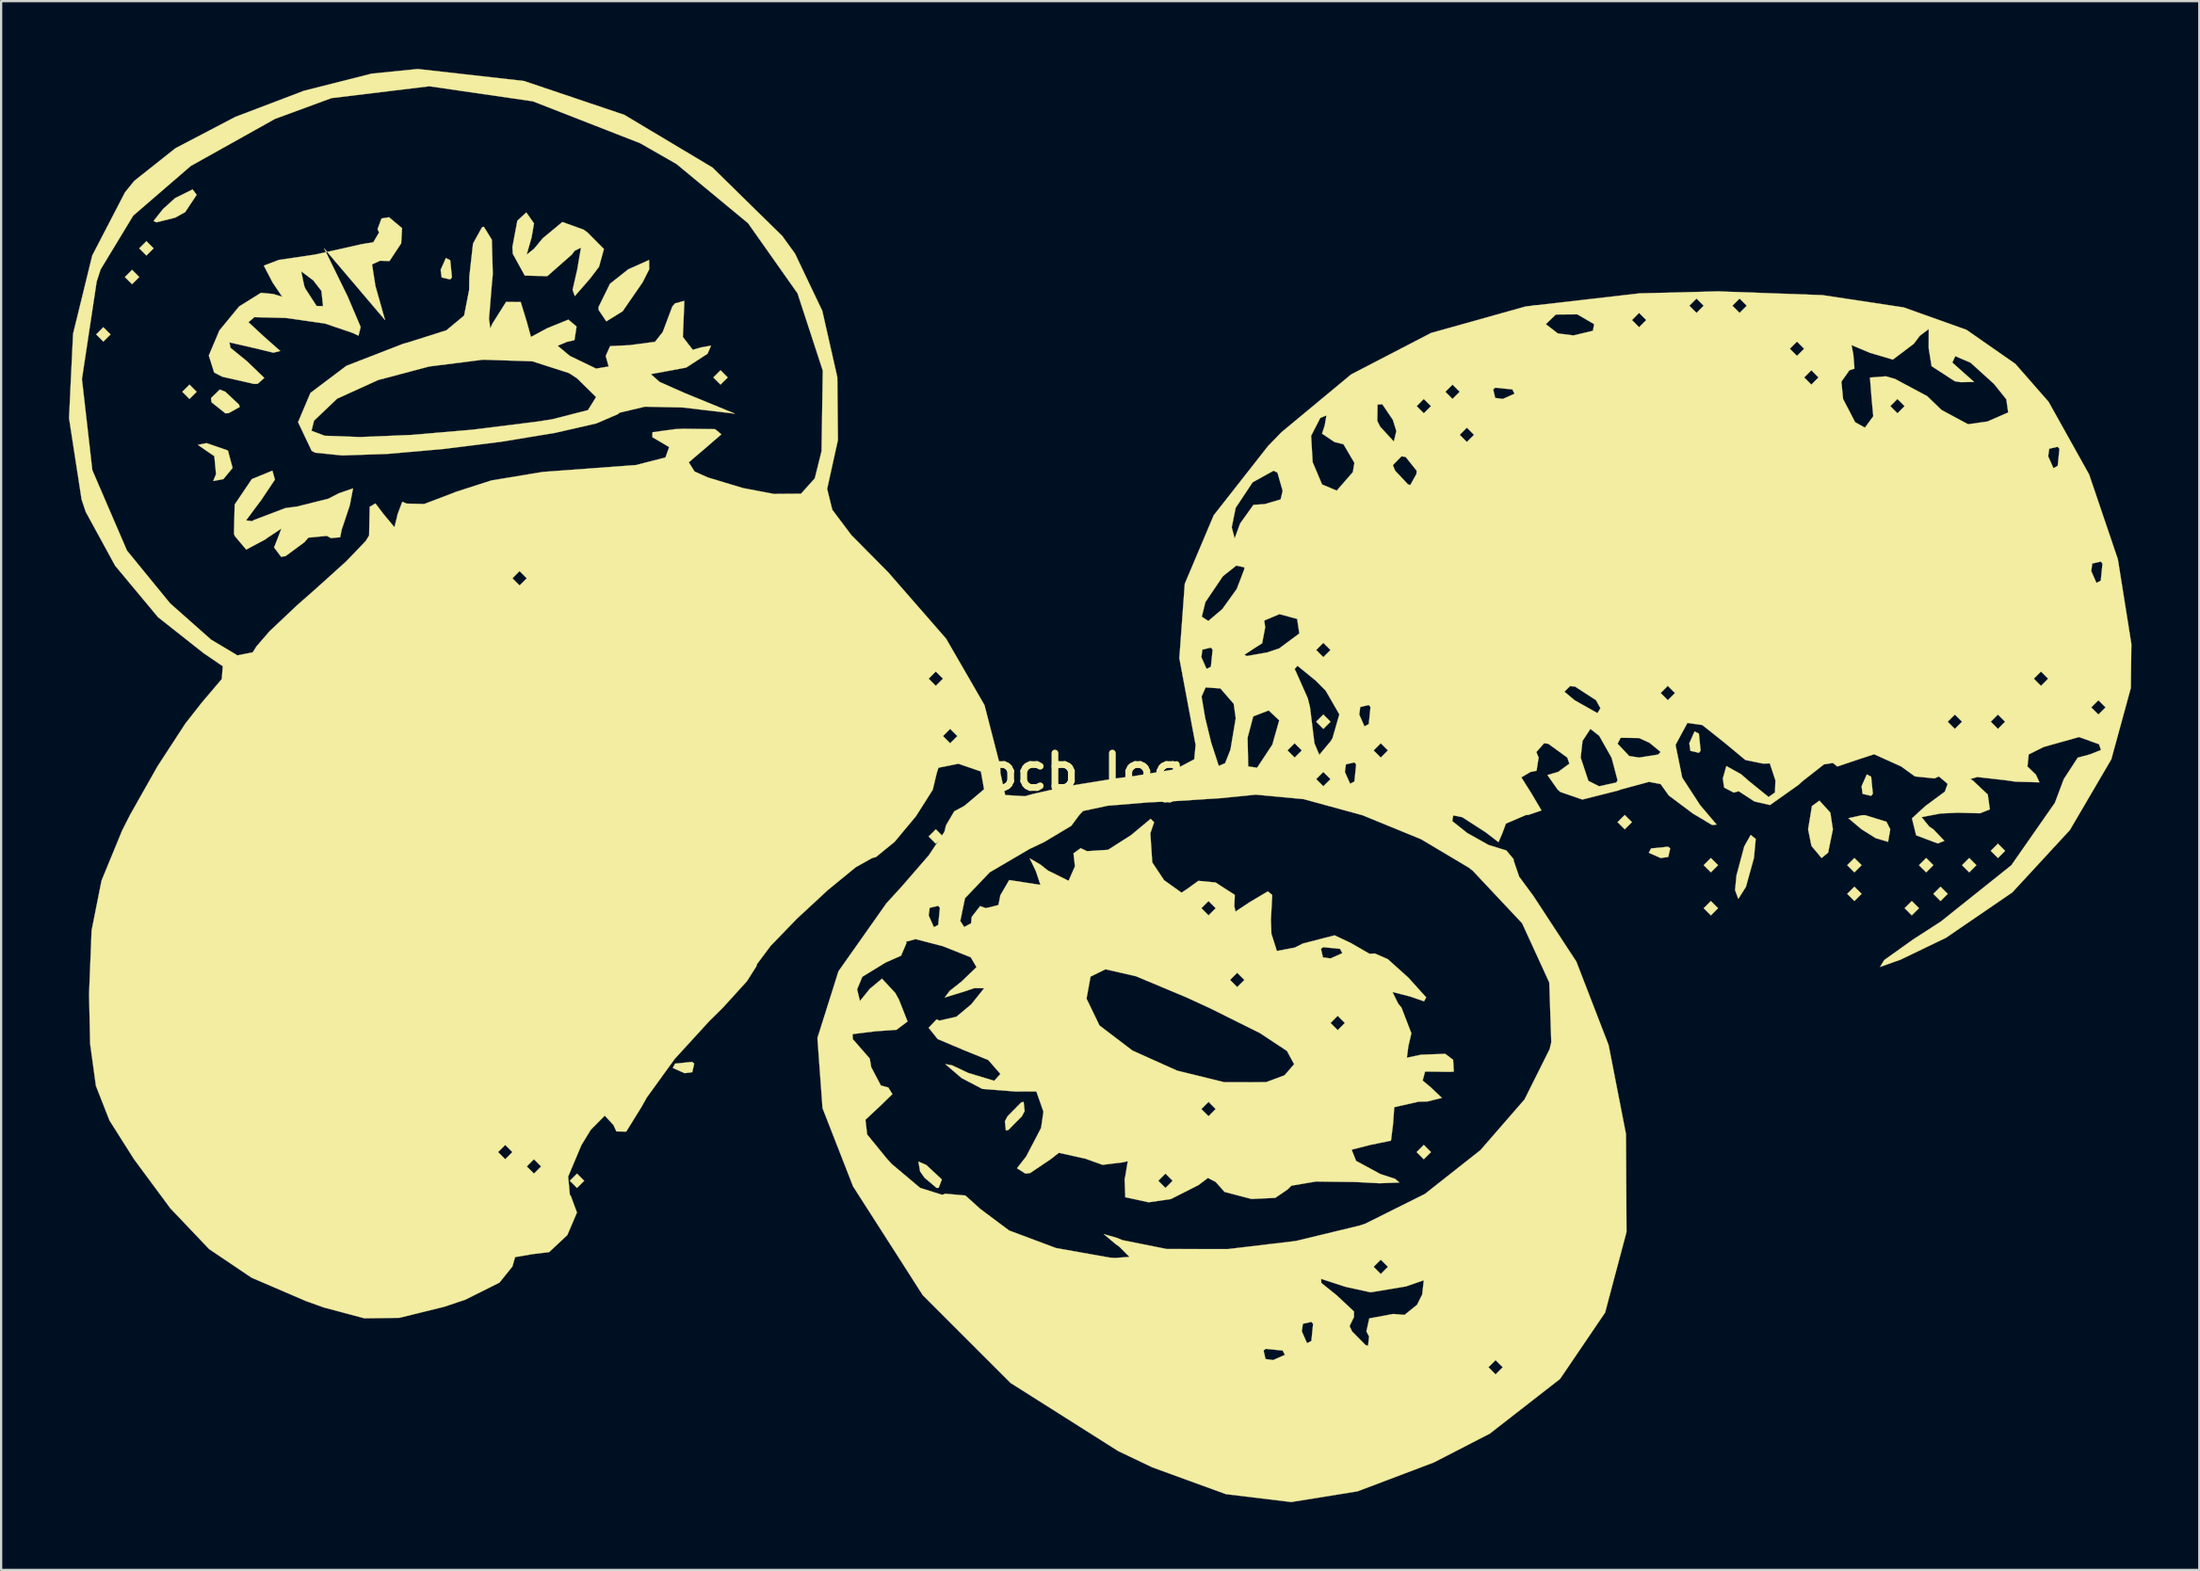
<source format=kicad_pcb>
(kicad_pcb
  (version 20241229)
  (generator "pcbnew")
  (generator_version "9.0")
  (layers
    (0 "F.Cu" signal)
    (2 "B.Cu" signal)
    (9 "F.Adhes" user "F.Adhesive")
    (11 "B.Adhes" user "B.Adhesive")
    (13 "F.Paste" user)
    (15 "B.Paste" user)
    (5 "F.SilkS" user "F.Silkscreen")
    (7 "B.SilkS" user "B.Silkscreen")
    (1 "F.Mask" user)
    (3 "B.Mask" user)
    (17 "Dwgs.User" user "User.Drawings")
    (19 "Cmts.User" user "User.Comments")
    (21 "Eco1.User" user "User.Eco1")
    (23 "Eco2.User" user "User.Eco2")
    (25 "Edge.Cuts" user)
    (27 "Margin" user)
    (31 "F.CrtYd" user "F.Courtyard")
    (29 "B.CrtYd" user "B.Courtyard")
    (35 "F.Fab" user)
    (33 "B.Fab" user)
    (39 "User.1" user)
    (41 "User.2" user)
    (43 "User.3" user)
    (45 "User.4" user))
  (footprint "pcb_logo"
    (layer "F.Cu")
    (at 45.655 31.12)
    (property "Reference" "pcb_logo" (at 0 0 0) (layer "F.SilkS") (effects (font (size 1.524 1.524) (thickness 0.3))))
    (attr through_hole)
    (fp_poly (pts (xy -34.232 -23.019) (xy -34.284 -23.008) (xy -34.366 -23.177) (xy -34.232 -23.019)) (stroke (width 0.01) (type solid)) (fill yes) (layer "F.SilkS"))
    (fp_poly (pts (xy -43.815 -19.367) (xy -44.133 -19.05) (xy -44.45 -19.367) (xy -44.133 -19.685) (xy -43.815 -19.367)) (stroke (width 0.01) (type solid)) (fill yes) (layer "F.SilkS"))
    (fp_poly (pts (xy -42.545 -21.907) (xy -42.862 -21.59) (xy -43.18 -21.907) (xy -42.862 -22.225) (xy -42.545 -21.907)) (stroke (width 0.01) (type solid)) (fill yes) (layer "F.SilkS"))
    (fp_poly (pts (xy -41.91 -23.177) (xy -42.227 -22.86) (xy -42.545 -23.177) (xy -42.227 -23.495) (xy -41.91 -23.177)) (stroke (width 0.01) (type solid)) (fill yes) (layer "F.SilkS"))
    (fp_poly (pts (xy -40.005 -16.828) (xy -40.322 -16.51) (xy -40.64 -16.828) (xy -40.322 -17.145) (xy -40.005 -16.828)) (stroke (width 0.01) (type solid)) (fill yes) (layer "F.SilkS"))
    (fp_poly (pts (xy -22.86 18.098) (xy -23.177 18.415) (xy -23.495 18.098) (xy -23.177 17.78) (xy -22.86 18.098)) (stroke (width 0.01) (type solid)) (fill yes) (layer "F.SilkS"))
    (fp_poly (pts (xy -16.51 -17.462) (xy -16.828 -17.145) (xy -17.145 -17.462) (xy -16.828 -17.78) (xy -16.51 -17.462)) (stroke (width 0.01) (type solid)) (fill yes) (layer "F.SilkS"))
    (fp_poly (pts (xy -6.985 2.857) (xy -7.303 3.175) (xy -7.62 2.857) (xy -7.303 2.54) (xy -6.985 2.857)) (stroke (width 0.01) (type solid)) (fill yes) (layer "F.SilkS"))
    (fp_poly (pts (xy 10.16 -2.223) (xy 9.842 -1.905) (xy 9.525 -2.223) (xy 9.842 -2.54) (xy 10.16 -2.223)) (stroke (width 0.01) (type solid)) (fill yes) (layer "F.SilkS"))
    (fp_poly (pts (xy 14.605 16.828) (xy 14.287 17.145) (xy 13.97 16.828) (xy 14.287 16.51) (xy 14.605 16.828)) (stroke (width 0.01) (type solid)) (fill yes) (layer "F.SilkS"))
    (fp_poly (pts (xy 23.495 2.223) (xy 23.177 2.54) (xy 22.86 2.223) (xy 23.177 1.905) (xy 23.495 2.223)) (stroke (width 0.01) (type solid)) (fill yes) (layer "F.SilkS"))
    (fp_poly (pts (xy 27.305 4.128) (xy 26.988 4.445) (xy 26.67 4.128) (xy 26.988 3.81) (xy 27.305 4.128)) (stroke (width 0.01) (type solid)) (fill yes) (layer "F.SilkS"))
    (fp_poly (pts (xy 27.305 6.032) (xy 26.988 6.35) (xy 26.67 6.032) (xy 26.988 5.715) (xy 27.305 6.032)) (stroke (width 0.01) (type solid)) (fill yes) (layer "F.SilkS"))
    (fp_poly (pts (xy 33.655 4.128) (xy 33.337 4.445) (xy 33.02 4.128) (xy 33.337 3.81) (xy 33.655 4.128)) (stroke (width 0.01) (type solid)) (fill yes) (layer "F.SilkS"))
    (fp_poly (pts (xy 33.655 5.397) (xy 33.337 5.715) (xy 33.02 5.397) (xy 33.337 5.08) (xy 33.655 5.397)) (stroke (width 0.01) (type solid)) (fill yes) (layer "F.SilkS"))
    (fp_poly (pts (xy 36.195 6.032) (xy 35.877 6.35) (xy 35.56 6.032) (xy 35.877 5.715) (xy 36.195 6.032)) (stroke (width 0.01) (type solid)) (fill yes) (layer "F.SilkS"))
    (fp_poly (pts (xy 36.83 4.128) (xy 36.513 4.445) (xy 36.195 4.128) (xy 36.513 3.81) (xy 36.83 4.128)) (stroke (width 0.01) (type solid)) (fill yes) (layer "F.SilkS"))
    (fp_poly (pts (xy 37.465 5.397) (xy 37.148 5.715) (xy 36.83 5.397) (xy 37.148 5.08) (xy 37.465 5.397)) (stroke (width 0.01) (type solid)) (fill yes) (layer "F.SilkS"))
    (fp_poly (pts (xy 38.735 4.128) (xy 38.417 4.445) (xy 38.1 4.128) (xy 38.417 3.81) (xy 38.735 4.128)) (stroke (width 0.01) (type solid)) (fill yes) (layer "F.SilkS"))
    (fp_poly (pts (xy 40.005 3.493) (xy 39.688 3.81) (xy 39.37 3.493) (xy 39.688 3.175) (xy 40.005 3.493)) (stroke (width 0.01) (type solid)) (fill yes) (layer "F.SilkS"))
    (fp_poly (pts (xy -28.787 -22.648) (xy -28.711 -21.895) (xy -28.787 -21.802) (xy -29.164 -21.889) (xy -29.21 -22.225) (xy -28.978 -22.748) (xy -28.787 -22.648)) (stroke (width 0.01) (type solid)) (fill yes) (layer "F.SilkS"))
    (fp_poly (pts (xy -17.992 12.912) (xy -18.079 13.289) (xy -18.415 13.335) (xy -18.938 13.103) (xy -18.838 12.912) (xy -18.085 12.836) (xy -17.992 12.912)) (stroke (width 0.01) (type solid)) (fill yes) (layer "F.SilkS"))
    (fp_poly (pts (xy 25.188 3.387) (xy 25.101 3.764) (xy 24.765 3.81) (xy 24.242 3.578) (xy 24.342 3.387) (xy 25.095 3.311) (xy 25.188 3.387)) (stroke (width 0.01) (type solid)) (fill yes) (layer "F.SilkS"))
    (fp_poly (pts (xy 26.458 -1.693) (xy 26.534 -0.94) (xy 26.458 -0.847) (xy 26.081 -0.934) (xy 26.035 -1.27) (xy 26.267 -1.793) (xy 26.458 -1.693)) (stroke (width 0.01) (type solid)) (fill yes) (layer "F.SilkS"))
    (fp_poly (pts (xy 34.078 0.212) (xy 34.154 0.965) (xy 34.078 1.058) (xy 33.701 0.971) (xy 33.655 0.635) (xy 33.887 0.112) (xy 34.078 0.212)) (stroke (width 0.01) (type solid)) (fill yes) (layer "F.SilkS"))
    (fp_poly (pts (xy -7.718 17.402) (xy -7.036 18.041) (xy -7.176 18.409) (xy -7.265 18.415) (xy -7.802 17.964) (xy -7.998 17.682) (xy -8.073 17.247) (xy -7.718 17.402)) (stroke (width 0.01) (type solid)) (fill yes) (layer "F.SilkS"))
    (fp_poly (pts (xy -40.005 -25.546) (xy -40.512 -24.782) (xy -40.958 -24.535) (xy -41.784 -24.329) (xy -41.91 -24.39) (xy -41.49 -24.92) (xy -40.958 -25.4) (xy -40.184 -25.786) (xy -40.005 -25.546)) (stroke (width 0.01) (type solid)) (fill yes) (layer "F.SilkS"))
    (fp_poly (pts (xy -38.735 -16.828) (xy -38.129 -16.257) (xy -38.1 -16.155) (xy -38.591 -15.882) (xy -38.735 -15.875) (xy -39.346 -16.363) (xy -39.37 -16.547) (xy -38.981 -16.927) (xy -38.735 -16.828)) (stroke (width 0.01) (type solid)) (fill yes) (layer "F.SilkS"))
    (fp_poly (pts (xy -3.374 15.015) (xy -3.493 15.24) (xy -4.091 15.846) (xy -4.202 15.875) (xy -4.246 15.465) (xy -4.128 15.24) (xy -3.529 14.634) (xy -3.418 14.605) (xy -3.374 15.015)) (stroke (width 0.01) (type solid)) (fill yes) (layer "F.SilkS"))
    (fp_poly (pts (xy 28.971 2.969) (xy 28.892 3.81) (xy 28.538 5.087) (xy 28.202 5.619) (xy 28.058 5.232) (xy 28.121 4.582) (xy 28.466 3.293) (xy 28.75 2.788) (xy 28.971 2.969)) (stroke (width 0.01) (type solid)) (fill yes) (layer "F.SilkS"))
    (fp_poly (pts (xy 32.273 1.802) (xy 32.385 2.54) (xy 32.175 3.573) (xy 31.885 3.81) (xy 31.438 3.275) (xy 31.29 2.54) (xy 31.459 1.512) (xy 31.789 1.27) (xy 32.273 1.802)) (stroke (width 0.01) (type solid)) (fill yes) (layer "F.SilkS"))
    (fp_poly (pts (xy 34.756 2.206) (xy 34.925 2.54) (xy 34.827 3.094) (xy 34.278 2.93) (xy 33.655 2.54) (xy 33.071 2.048) (xy 33.671 1.917) (xy 33.814 1.915) (xy 34.756 2.206)) (stroke (width 0.01) (type solid)) (fill yes) (layer "F.SilkS"))
    (fp_poly (pts (xy -38.622 -14.228) (xy -38.415 -13.456) (xy -38.823 -12.963) (xy -39.272 -12.878) (xy -39.147 -13.183) (xy -39.222 -13.978) (xy -39.525 -14.183) (xy -39.948 -14.477) (xy -39.566 -14.555) (xy -38.622 -14.228)) (stroke (width 0.01) (type solid)) (fill yes) (layer "F.SilkS"))
    (fp_poly (pts (xy -19.983 -22.251) (xy -20.275 -21.673) (xy -21.156 -20.395) (xy -21.88 -19.945) (xy -22.221 -20.45) (xy -22.225 -20.578) (xy -21.719 -21.609) (xy -20.907 -22.251) (xy -19.989 -22.66) (xy -19.983 -22.251)) (stroke (width 0.01) (type solid)) (fill yes) (layer "F.SilkS"))
    (fp_poly (pts (xy -30.917 -24.069) (xy -30.957 -23.396) (xy -31.473 -22.616) (xy -31.89 -22.629) (xy -32.245 -22.467) (xy -32.096 -21.511) (xy -31.67 -20.003) (xy -34.232 -23.019) (xy -33.972 -23.076) (xy -32.69 -23.365) (xy -32.189 -23.446) (xy -31.933 -23.88) (xy -32.002 -24.024) (xy -31.824 -24.5) (xy -31.492 -24.553) (xy -30.917 -24.069)) (stroke (width 0.01) (type solid)) (fill yes) (layer "F.SilkS"))
    (fp_poly (pts (xy -25.08 -24.282) (xy -25.188 -23.654) (xy -25.406 -22.898) (xy -25.078 -23.157) (xy -24.692 -23.624) (xy -23.824 -24.343) (xy -22.878 -24.001) (xy -22.717 -23.883) (xy -21.987 -23.146) (xy -22.203 -22.363) (xy -22.591 -21.849) (xy -23.274 -21.065) (xy -23.371 -21.34) (xy -23.169 -22.225) (xy -23 -23.209) (xy -23.286 -23.067) (xy -23.403 -22.905) (xy -24.492 -21.946) (xy -25.488 -21.972) (xy -26.018 -22.938) (xy -26.035 -23.234) (xy -25.817 -24.4) (xy -25.42 -24.765) (xy -25.08 -24.282)) (stroke (width 0.01) (type solid)) (fill yes) (layer "F.SilkS"))
    (fp_poly (pts (xy -36.542 -12.94) (xy -37.181 -11.987) (xy -37.208 -11.956) (xy -37.819 -11.135) (xy -37.556 -11.1) (xy -37.465 -11.152) (xy -36.085 -11.678) (xy -35.56 -11.748) (xy -34.177 -12.095) (xy -33.706 -12.338) (xy -33.086 -12.551) (xy -33.23 -11.8) (xy -33.59 -10.718) (xy -33.655 -10.388) (xy -34.061 -10.351) (xy -34.246 -10.45) (xy -35.062 -10.371) (xy -35.236 -10.17) (xy -36.075 -9.551) (xy -36.27 -9.525) (xy -36.579 -9.937) (xy -36.428 -10.319) (xy -36.254 -10.775) (xy -36.88 -10.36) (xy -36.951 -10.303) (xy -37.812 -9.842) (xy -38.313 -10.437) (xy -38.354 -10.542) (xy -38.322 -11.838) (xy -37.563 -12.963) (xy -36.654 -13.335) (xy -36.542 -12.94)) (stroke (width 0.01) (type solid)) (fill yes) (layer "F.SilkS"))
    (fp_poly (pts (xy -33.323 -21.044) (xy -32.749 -19.696) (xy -32.843 -19.312) (xy -33.126 -19.441) (xy -34.326 -19.848) (xy -36.046 -20.094) (xy -36.091 -20.097) (xy -37.451 -20.131) (xy -37.713 -19.907) (xy -37.043 -19.286) (xy -36.307 -18.635) (xy -36.612 -18.558) (xy -37.465 -18.765) (xy -38.556 -19.014) (xy -38.507 -18.773) (xy -37.782 -18.183) (xy -37.014 -17.442) (xy -37.304 -17.182) (xy -37.465 -17.175) (xy -38.874 -17.495) (xy -39.23 -17.68) (xy -39.467 -18.434) (xy -38.996 -19.546) (xy -38.125 -20.606) (xy -37.16 -21.208) (xy -36.62 -21.157) (xy -36.216 -21.032) (xy -36.636 -21.65) (xy -36.902 -22.161) (xy -35.38 -22.161) (xy -35.247 -21.524) (xy -35.202 -21.404) (xy -34.699 -20.626) (xy -34.413 -20.621) (xy -34.484 -21.292) (xy -34.846 -21.759) (xy -35.38 -22.161) (xy -36.902 -22.161) (xy -37.033 -22.412) (xy -36.357 -22.668) (xy -36.319 -22.671) (xy -34.772 -22.901) (xy -34.284 -23.008) (xy -33.323 -21.044)) (stroke (width 0.01) (type solid)) (fill yes) (layer "F.SilkS"))
    (fp_poly (pts (xy -26.946 -23.559) (xy -26.904 -22.043) (xy -26.959 -21.431) (xy -27.072 -20.06) (xy -27.014 -19.63) (xy -26.92 -19.844) (xy -26.314 -20.806) (xy -25.668 -20.8) (xy -25.4 -19.925) (xy -25.214 -19.254) (xy -24.504 -19.638) (xy -23.559 -20.022) (xy -23.197 -19.716) (xy -23.29 -19.114) (xy -23.616 -19.04) (xy -24.033 -18.865) (xy -23.495 -18.415) (xy -22.332 -17.854) (xy -21.776 -17.947) (xy -21.907 -18.414) (xy -21.712 -18.848) (xy -20.85 -18.89) (xy -19.725 -19.04) (xy -19.384 -19.473) (xy -18.959 -20.603) (xy -18.838 -20.743) (xy -18.432 -20.851) (xy -18.437 -20.637) (xy -18.494 -19.254) (xy -18.055 -18.685) (xy -17.682 -18.793) (xy -17.247 -18.868) (xy -17.402 -18.513) (xy -18.344 -17.9) (xy -19.246 -17.732) (xy -19.914 -17.609) (xy -19.518 -17.261) (xy -18.415 -16.772) (xy -16.192 -15.86) (xy -18.499 -16.133) (xy -20.171 -16.169) (xy -21.285 -15.905) (xy -21.377 -15.834) (xy -22.319 -15.428) (xy -24.147 -15.009) (xy -26.524 -14.617) (xy -29.112 -14.293) (xy -31.572 -14.078) (xy -33.568 -14.01) (xy -34.761 -14.132) (xy -34.917 -14.216) (xy -35.337 -15.102) (xy -34.925 -15.102) (xy -34.342 -14.881) (xy -32.78 -14.824) (xy -30.515 -14.917) (xy -27.826 -15.147) (xy -24.99 -15.5) (xy -24.289 -15.607) (xy -22.693 -16.015) (xy -22.333 -16.594) (xy -23.179 -17.426) (xy -23.53 -17.655) (xy -25.153 -18.177) (xy -27.325 -18.249) (xy -29.712 -17.948) (xy -31.979 -17.347) (xy -33.791 -16.522) (xy -34.812 -15.548) (xy -34.925 -15.102) (xy -35.337 -15.102) (xy -35.518 -15.484) (xy -34.969 -16.779) (xy -33.378 -17.978) (xy -30.857 -18.956) (xy -30.639 -19.015) (xy -28.954 -19.55) (xy -28.171 -20.202) (xy -27.949 -21.341) (xy -27.94 -21.932) (xy -27.777 -23.391) (xy -27.377 -24.113) (xy -27.297 -24.13) (xy -26.946 -23.559)) (stroke (width 0.01) (type solid)) (fill yes) (layer "F.SilkS"))
    (fp_poly (pts (xy -25.522 -30.585) (xy -21.085 -29.087) (xy -17.184 -26.754) (xy -14.097 -23.724) (xy -13.533 -22.945) (xy -12.327 -20.414) (xy -11.661 -17.475) (xy -11.634 -14.693) (xy -11.884 -13.561) (xy -12.111 -12.528) (xy -11.884 -11.607) (xy -11.037 -10.481) (xy -9.411 -8.839) (xy -6.848 -5.899) (xy -5.15 -2.959) (xy -4.455 -0.264) (xy -4.445 0.054) (xy -4.233 1.023) (xy -3.36 1.076) (xy -3.016 0.979) (xy -1.517 0.639) (xy 0.464 0.318) (xy 9.525 0.318) (xy 9.842 0.635) (xy 10.16 0.318) (xy 9.842 0) (xy 10.795 0) (xy 11.027 0.523) (xy 11.218 0.423) (xy 11.294 -0.33) (xy 11.218 -0.423) (xy 10.841 -0.336) (xy 10.795 0) (xy 9.842 0) (xy 9.525 0.318) (xy 0.464 0.318) (xy 0.576 0.299) (xy 1.445 0.188) (xy 3.302 -0.121) (xy 4.131 -0.559) (xy 4.192 -1.194) (xy 3.79 -3.334) (xy 4.454 -3.334) (xy 4.61 -2.408) (xy 4.878 -1.304) (xy 5.216 -0.266) (xy 5.498 -0.387) (xy 5.734 -0.987) (xy 5.823 -1.517) (xy 6.49 -1.517) (xy 6.519 -0.243) (xy 6.913 -0.187) (xy 7.418 -0.953) (xy 8.255 -0.953) (xy 8.572 -0.635) (xy 8.89 -0.953) (xy 8.572 -1.27) (xy 8.255 -0.953) (xy 7.418 -0.953) (xy 7.586 -1.207) (xy 7.89 -2.282) (xy 7.424 -2.723) (xy 6.74 -2.458) (xy 6.49 -1.517) (xy 5.823 -1.517) (xy 5.967 -2.378) (xy 5.877 -3.016) (xy 5.289 -3.696) (xy 4.634 -3.742) (xy 4.454 -3.334) (xy 3.79 -3.334) (xy 3.562 -4.553) (xy 8.57 -4.553) (xy 8.627 -4.445) (xy 9.154 -3.26) (xy 9.253 -2.857) (xy 9.398 -1.675) (xy 9.448 -1.27) (xy 9.663 -0.755) (xy 9.827 -0.953) (xy 12.065 -0.953) (xy 12.383 -0.635) (xy 12.7 -0.953) (xy 12.383 -1.27) (xy 12.065 -0.953) (xy 9.827 -0.953) (xy 10.167 -1.359) (xy 10.25 -1.499) (xy 10.549 -2.54) (xy 11.43 -2.54) (xy 11.662 -2.017) (xy 11.853 -2.117) (xy 11.864 -2.223) (xy 37.465 -2.223) (xy 37.782 -1.905) (xy 38.1 -2.223) (xy 39.37 -2.223) (xy 39.688 -1.905) (xy 40.005 -2.223) (xy 39.688 -2.54) (xy 39.37 -2.223) (xy 38.1 -2.223) (xy 37.782 -2.54) (xy 37.465 -2.223) (xy 11.864 -2.223) (xy 11.929 -2.87) (xy 11.853 -2.963) (xy 11.476 -2.876) (xy 11.43 -2.54) (xy 10.549 -2.54) (xy 10.551 -2.549) (xy 9.973 -3.552) (xy 20.508 -3.552) (xy 20.955 -3.175) (xy 21.968 -2.604) (xy 22.103 -2.819) (xy 22.082 -2.857) (xy 43.815 -2.857) (xy 44.133 -2.54) (xy 44.45 -2.857) (xy 44.133 -3.175) (xy 43.815 -2.857) (xy 22.082 -2.857) (xy 21.907 -3.175) (xy 21.42 -3.493) (xy 24.765 -3.493) (xy 25.082 -3.175) (xy 25.4 -3.493) (xy 25.082 -3.81) (xy 24.765 -3.493) (xy 21.42 -3.493) (xy 20.98 -3.779) (xy 20.759 -3.8) (xy 20.508 -3.552) (xy 9.973 -3.552) (xy 9.949 -3.594) (xy 9.508 -4.039) (xy 9.4 -4.128) (xy 41.275 -4.128) (xy 41.593 -3.81) (xy 41.91 -4.128) (xy 41.593 -4.445) (xy 41.275 -4.128) (xy 9.4 -4.128) (xy 8.699 -4.699) (xy 8.57 -4.553) (xy 3.562 -4.553) (xy 3.471 -5.036) (xy 3.475 -5.08) (xy 4.445 -5.08) (xy 4.677 -4.557) (xy 4.868 -4.657) (xy 4.922 -5.187) (xy 6.352 -5.187) (xy 6.457 -5.13) (xy 7.358 -5.289) (xy 7.683 -5.397) (xy 9.525 -5.397) (xy 9.842 -5.08) (xy 10.16 -5.397) (xy 9.842 -5.715) (xy 9.525 -5.397) (xy 7.683 -5.397) (xy 7.886 -5.465) (xy 8.78 -6.13) (xy 8.684 -6.773) (xy 7.9 -6.985) (xy 7.226 -6.701) (xy 7.269 -6.404) (xy 7.135 -5.694) (xy 6.83 -5.502) (xy 6.352 -5.187) (xy 4.922 -5.187) (xy 4.944 -5.41) (xy 4.868 -5.503) (xy 4.491 -5.416) (xy 4.445 -5.08) (xy 3.475 -5.08) (xy 3.606 -6.872) (xy 4.465 -6.872) (xy 4.754 -6.681) (xy 5.375 -7.212) (xy 6.011 -8.098) (xy 6.315 -8.89) (xy 43.815 -8.89) (xy 44.047 -8.367) (xy 44.238 -8.467) (xy 44.314 -9.22) (xy 44.238 -9.313) (xy 43.861 -9.226) (xy 43.815 -8.89) (xy 6.315 -8.89) (xy 6.345 -8.97) (xy 6.35 -9.057) (xy 5.992 -9.134) (xy 5.397 -8.663) (xy 4.622 -7.514) (xy 4.465 -6.872) (xy 3.606 -6.872) (xy 3.712 -8.329) (xy 4.767 -10.827) (xy 5.789 -10.827) (xy 5.919 -10.335) (xy 6.162 -11) (xy 6.75 -11.821) (xy 7.252 -11.855) (xy 7.952 -12.062) (xy 8.043 -12.443) (xy 7.812 -13.25) (xy 7.641 -13.335) (xy 6.712 -12.819) (xy 5.961 -11.687) (xy 5.789 -10.827) (xy 4.767 -10.827) (xy 4.993 -11.361) (xy 7.393 -14.422) (xy 7.837 -14.879) (xy 9.301 -14.879) (xy 9.368 -13.716) (xy 9.786 -12.726) (xy 10.432 -12.453) (xy 10.437 -12.455) (xy 11.148 -13.271) (xy 11.201 -13.581) (xy 12.918 -13.581) (xy 13.018 -13.335) (xy 13.588 -12.729) (xy 13.69 -12.7) (xy 13.963 -13.191) (xy 13.97 -13.335) (xy 13.482 -13.946) (xy 13.298 -13.97) (xy 41.91 -13.97) (xy 42.142 -13.447) (xy 42.333 -13.547) (xy 42.409 -14.3) (xy 42.333 -14.393) (xy 41.956 -14.306) (xy 41.91 -13.97) (xy 13.298 -13.97) (xy 12.918 -13.581) (xy 11.201 -13.581) (xy 11.218 -13.68) (xy 10.733 -14.505) (xy 10.334 -14.605) (xy 9.786 -14.975) (xy 9.903 -15.338) (xy 9.938 -15.538) (xy 12.229 -15.538) (xy 12.356 -15.282) (xy 12.962 -14.626) (xy 13.033 -14.922) (xy 15.875 -14.922) (xy 16.192 -14.605) (xy 16.51 -14.922) (xy 16.192 -15.24) (xy 15.875 -14.922) (xy 13.033 -14.922) (xy 13.073 -15.089) (xy 12.919 -15.585) (xy 12.508 -16.192) (xy 13.97 -16.192) (xy 14.287 -15.875) (xy 14.605 -16.192) (xy 14.287 -16.51) (xy 13.97 -16.192) (xy 12.508 -16.192) (xy 12.452 -16.276) (xy 12.24 -16.262) (xy 12.229 -15.538) (xy 9.938 -15.538) (xy 9.979 -15.78) (xy 9.708 -15.671) (xy 9.301 -14.879) (xy 7.837 -14.879) (xy 7.989 -15.037) (xy 10.147 -16.828) (xy 15.24 -16.828) (xy 15.557 -16.51) (xy 15.875 -16.828) (xy 15.769 -16.933) (xy 17.357 -16.933) (xy 17.444 -16.556) (xy 17.78 -16.51) (xy 18.303 -16.742) (xy 18.203 -16.933) (xy 17.45 -17.009) (xy 17.357 -16.933) (xy 15.769 -16.933) (xy 15.557 -17.145) (xy 15.24 -16.828) (xy 10.147 -16.828) (xy 10.912 -17.462) (xy 31.115 -17.462) (xy 31.433 -17.145) (xy 31.563 -17.275) (xy 32.761 -17.275) (xy 32.836 -16.51) (xy 33.37 -15.48) (xy 33.803 -15.24) (xy 34.173 -15.745) (xy 34.131 -16.192) (xy 34.925 -16.192) (xy 35.242 -15.875) (xy 35.56 -16.192) (xy 35.242 -16.51) (xy 34.925 -16.192) (xy 34.131 -16.192) (xy 34.099 -16.536) (xy 34.027 -17.456) (xy 34.738 -17.511) (xy 35.134 -17.396) (xy 36.555 -16.636) (xy 37.193 -16.022) (xy 38.364 -15.391) (xy 39.226 -15.512) (xy 40.142 -15.912) (xy 40.059 -16.495) (xy 39.513 -17.177) (xy 38.476 -18.116) (xy 37.8 -18.405) (xy 37.669 -18.122) (xy 38.1 -17.736) (xy 38.634 -17.264) (xy 38.041 -17.252) (xy 37.782 -17.294) (xy 36.753 -17.962) (xy 36.624 -18.757) (xy 36.627 -19.605) (xy 36.23 -19.305) (xy 35.963 -18.951) (xy 35.039 -18.253) (xy 34.018 -18.555) (xy 33.207 -18.897) (xy 33.288 -18.495) (xy 33.34 -17.853) (xy 33.117 -17.78) (xy 32.761 -17.275) (xy 31.563 -17.275) (xy 31.75 -17.462) (xy 31.433 -17.78) (xy 31.115 -17.462) (xy 10.912 -17.462) (xy 11.072 -17.596) (xy 13.263 -18.733) (xy 30.48 -18.733) (xy 30.797 -18.415) (xy 31.115 -18.733) (xy 30.797 -19.05) (xy 30.48 -18.733) (xy 13.263 -18.733) (xy 14.607 -19.43) (xy 16.002 -19.821) (xy 19.685 -19.821) (xy 20.216 -19.41) (xy 20.908 -19.322) (xy 21.77 -19.528) (xy 21.823 -19.821) (xy 21.513 -20.003) (xy 23.495 -20.003) (xy 23.812 -19.685) (xy 24.13 -20.003) (xy 23.812 -20.32) (xy 23.495 -20.003) (xy 21.513 -20.003) (xy 21.078 -20.256) (xy 20.128 -20.248) (xy 19.685 -19.821) (xy 16.002 -19.821) (xy 18.793 -20.604) (xy 19.083 -20.637) (xy 26.035 -20.637) (xy 26.352 -20.32) (xy 26.67 -20.637) (xy 27.94 -20.637) (xy 28.258 -20.32) (xy 28.575 -20.637) (xy 28.258 -20.955) (xy 27.94 -20.637) (xy 26.67 -20.637) (xy 26.352 -20.955) (xy 26.035 -20.637) (xy 19.083 -20.637) (xy 23.831 -21.184) (xy 27.305 -21.273) (xy 31.925 -21.106) (xy 35.52 -20.562) (xy 38.296 -19.571) (xy 40.459 -18.063) (xy 41.928 -16.384) (xy 43.721 -13.17) (xy 44.994 -9.414) (xy 45.591 -5.664) (xy 45.566 -3.713) (xy 44.703 -0.558) (xy 42.869 2.574) (xy 40.322 5.334) (xy 37.391 7.34) (xy 35.386 8.307) (xy 34.473 8.632) (xy 34.656 8.329) (xy 35.94 7.413) (xy 37.164 6.622) (xy 40.28 4.132) (xy 42.208 1.367) (xy 42.601 0.318) (xy 43.219 -0.631) (xy 43.76 -0.778) (xy 44.248 -0.97) (xy 44.159 -1.227) (xy 43.278 -1.545) (xy 41.715 -1.107) (xy 41.048 -0.775) (xy 40.994 -0.24) (xy 41.366 0.118) (xy 41.523 0.46) (xy 40.466 0.43) (xy 40.005 0.364) (xy 38.772 0.225) (xy 38.464 0.314) (xy 38.576 0.378) (xy 39.238 0.999) (xy 39.33 1.658) (xy 38.894 1.83) (xy 37.919 1.805) (xy 37.148 1.84) (xy 36.31 2) (xy 36.65 2.42) (xy 36.83 2.54) (xy 37.318 3.05) (xy 37.026 3.165) (xy 36.069 2.805) (xy 35.885 2.054) (xy 36.472 1.515) (xy 37.338 0.874) (xy 37.465 0.53) (xy 37.079 0.2) (xy 36.881 0.286) (xy 36.016 0.198) (xy 35.408 -0.242) (xy 34.211 -0.783) (xy 33.452 -0.534) (xy 32.585 -0.241) (xy 32.385 -0.397) (xy 31.992 -0.335) (xy 31.028 0.421) (xy 30.864 0.572) (xy 29.604 1.465) (xy 28.916 1.307) (xy 28.219 0.853) (xy 28.002 0.914) (xy 27.576 0.693) (xy 27.517 0.287) (xy 27.673 -0.26) (xy 28.323 0.1) (xy 28.681 0.413) (xy 29.543 1.11) (xy 29.823 0.91) (xy 29.845 0.378) (xy 29.596 -0.378) (xy 29.295 -0.37) (xy 28.515 -0.528) (xy 27.622 -1.27) (xy 26.608 -2.077) (xy 25.95 -2.17) (xy 25.424 -1.196) (xy 25.72 0.253) (xy 26.511 1.469) (xy 27.242 2.331) (xy 27.042 2.348) (xy 26.194 1.842) (xy 25.128 1.044) (xy 24.765 0.537) (xy 24.253 0.439) (xy 23.008 0.775) (xy 22.869 0.826) (xy 21.303 1.222) (xy 20.327 0.886) (xy 20.202 0.771) (xy 19.757 0.138) (xy 20.23 0) (xy 20.728 -0.365) (xy 20.637 -0.635) (xy 21.227 -0.635) (xy 21.568 0.395) (xy 22.044 0.635) (xy 22.8 0.469) (xy 22.86 0.369) (xy 22.597 -0.626) (xy 22.245 -1.25) (xy 22.86 -1.25) (xy 23.375 -0.704) (xy 23.812 -0.635) (xy 24.66 -0.771) (xy 24.765 -0.885) (xy 24.268 -1.294) (xy 23.812 -1.5) (xy 22.995 -1.513) (xy 22.86 -1.25) (xy 22.245 -1.25) (xy 22.048 -1.599) (xy 21.658 -1.905) (xy 21.308 -1.372) (xy 21.227 -0.635) (xy 20.637 -0.635) (xy 19.796 -1.246) (xy 19.61 -1.27) (xy 19.266 -0.879) (xy 19.367 -0.635) (xy 19.275 -0.052) (xy 19.01 -0.000001) (xy 18.602 0.241) (xy 19.05 0.953) (xy 19.493 1.704) (xy 18.909 1.904) (xy 18.81 1.905) (xy 17.918 2.288) (xy 17.78 2.667) (xy 17.593 3.109) (xy 17.018 2.667) (xy 15.992 2.005) (xy 15.589 1.924) (xy 15.545 2.175) (xy 16.21 2.705) (xy 17.156 3.234) (xy 17.939 3.476) (xy 18.267 3.871) (xy 18.256 3.902) (xy 18.504 4.634) (xy 19.135 5.49) (xy 21.036 8.396) (xy 22.463 12.091) (xy 23.231 16.029) (xy 23.255 20.361) (xy 22.307 23.934) (xy 20.315 26.869) (xy 17.208 29.289) (xy 14.737 30.563) (xy 11.353 31.845) (xy 8.421 32.318) (xy 5.533 31.969) (xy 2.28 30.784) (xy 0.768 30.063) (xy -3.996 27.047) (xy -4.69 26.352) (xy 17.145 26.352) (xy 17.462 26.67) (xy 17.78 26.352) (xy 17.462 26.035) (xy 17.145 26.352) (xy -4.69 26.352) (xy -5.431 25.612) (xy 7.197 25.612) (xy 7.284 25.989) (xy 7.62 26.035) (xy 8.143 25.803) (xy 8.043 25.612) (xy 7.29 25.536) (xy 7.197 25.612) (xy -5.431 25.612) (xy -6.277 24.765) (xy 8.89 24.765) (xy 9.122 25.288) (xy 9.313 25.188) (xy 9.389 24.435) (xy 9.313 24.342) (xy 8.936 24.429) (xy 8.89 24.765) (xy -6.277 24.765) (xy -7.881 23.16) (xy -8.342 22.439) (xy 9.742 22.439) (xy 9.753 22.62) (xy 10.44 23.174) (xy 11.198 23.884) (xy 11.196 24.13) (xy 11.001 24.531) (xy 11.113 24.765) (xy 11.711 25.371) (xy 11.822 25.4) (xy 11.866 24.99) (xy 11.748 24.765) (xy 11.875 24.19) (xy 12.936 23.994) (xy 13.434 24.035) (xy 13.988 23.587) (xy 14.217 23.131) (xy 14.287 22.501) (xy 13.54 22.758) (xy 13.517 22.771) (xy 11.933 23.035) (xy 10.828 22.793) (xy 9.742 22.439) (xy -8.342 22.439) (xy -8.682 21.907) (xy 12.065 21.907) (xy 12.383 22.225) (xy 12.7 21.907) (xy 12.383 21.59) (xy 12.065 21.907) (xy -8.682 21.907) (xy -10.964 18.344) (xy -12.314 14.884) (xy -12.54 11.779) (xy -12.486 11.606) (xy -10.986 11.606) (xy -10.975 11.842) (xy -10.954 11.851) (xy -10.225 12.689) (xy -10.16 13.07) (xy -9.733 13.88) (xy -9.404 13.97) (xy -9.224 14.261) (xy -9.762 14.785) (xy -10.417 15.397) (xy -10.342 16.047) (xy -9.458 17.132) (xy -9.246 17.361) (xy -7.997 18.412) (xy -7.019 18.721) (xy -6.886 18.671) (xy -5.992 18.751) (xy -5.337 19.343) (xy -4.061 20.298) (xy -1.991 21.074) (xy 0.394 21.499) (xy 0.635 21.515) (xy 1.266 21.467) (xy 0.825 21.024) (xy 0.635 20.885) (xy 0.13 20.459) (xy 0.693 20.621) (xy 0.953 20.726) (xy 2.917 21.119) (xy 5.624 21.121) (xy 8.618 20.765) (xy 11.444 20.082) (xy 11.696 19.998) (xy 14.336 18.681) (xy 16.794 16.741) (xy 18.743 14.498) (xy 19.855 12.27) (xy 19.927 11.968) (xy 19.839 9.322) (xy 18.636 6.697) (xy 16.448 4.368) (xy 16.279 4.237) (xy 14.168 2.979) (xy 11.568 1.914) (xy 8.966 1.203) (xy 6.852 1.005) (xy 6.579 1.034) (xy 5.273 1.163) (xy 3.271 1.292) (xy 2.093 1.348) (xy 0.297 1.496) (xy -0.79 1.729) (xy -0.953 1.903) (xy -1.31 2.386) (xy -2.513 3.105) (xy -3.144 3.403) (xy -4.917 4.442) (xy -6.013 5.592) (xy -6.22 6.598) (xy -6.047 6.864) (xy -5.743 6.702) (xy -5.715 6.418) (xy -5.343 5.94) (xy -5.08 6.032) (xy 4.445 6.032) (xy 4.763 6.35) (xy 5.08 6.032) (xy 4.763 5.715) (xy 4.445 6.032) (xy -5.08 6.032) (xy -4.533 5.892) (xy -4.445 5.455) (xy -4.056 4.786) (xy -3.388 4.89) (xy -2.674 5.001) (xy -2.875 4.394) (xy -3.149 3.823) (xy -2.665 4.108) (xy -2.344 4.364) (xy -1.428 4.819) (xy -1.146 4.176) (xy -1.211 3.604) (xy -0.895 3.376) (xy -0.611 3.508) (xy 0.317 3.448) (xy 1.337 2.797) (xy 2.203 2.076) (xy 2.354 2.23) (xy 2.188 2.718) (xy 2.273 4.005) (xy 2.796 4.792) (xy 3.569 5.344) (xy 3.81 5.185) (xy 4.314 4.821) (xy 5.073 4.894) (xy 5.925 5.443) (xy 5.903 5.946) (xy 5.957 6.181) (xy 6.581 5.766) (xy 7.388 5.286) (xy 7.581 5.449) (xy 7.522 6.547) (xy 7.545 7.166) (xy 7.787 7.926) (xy 8.283 7.832) (xy 9.737 7.832) (xy 9.824 8.209) (xy 10.16 8.255) (xy 10.683 8.023) (xy 10.583 7.832) (xy 9.83 7.756) (xy 9.737 7.832) (xy 8.283 7.832) (xy 8.586 7.774) (xy 8.931 7.598) (xy 10.339 7.234) (xy 11.053 7.57) (xy 11.887 8.051) (xy 12.123 8.038) (xy 12.693 8.287) (xy 13.604 9.106) (xy 14.393 9.982) (xy 14.296 10.152) (xy 13.673 9.938) (xy 12.9 9.74) (xy 13.153 10.255) (xy 13.3 10.435) (xy 13.736 11.569) (xy 13.603 12.145) (xy 13.538 12.651) (xy 14.163 12.518) (xy 15.235 12.479) (xy 15.584 12.743) (xy 15.614 13.264) (xy 15.446 13.276) (xy 14.343 13.262) (xy 14.236 13.662) (xy 14.605 13.97) (xy 15.088 14.428) (xy 14.45 14.587) (xy 14.061 14.595) (xy 12.979 14.841) (xy 12.93 15.557) (xy 12.835 16.321) (xy 11.918 16.51) (xy 11.093 16.721) (xy 11.292 17.218) (xy 12.364 17.799) (xy 13.018 18.013) (xy 13.207 18.175) (xy 12.329 18.208) (xy 11.271 18.152) (xy 9.517 18.13) (xy 8.429 18.315) (xy 8.255 18.486) (xy 7.716 18.853) (xy 6.668 18.904) (xy 5.472 18.591) (xy 5.08 18.15) (xy 4.737 17.972) (xy 4.318 18.288) (xy 3.098 18.906) (xy 2.115 19.05) (xy 1.081 18.826) (xy 1.054 18.098) (xy 2.54 18.098) (xy 2.857 18.415) (xy 3.175 18.098) (xy 2.857 17.78) (xy 2.54 18.098) (xy 1.054 18.098) (xy 1.05 18.006) (xy 1.074 17.939) (xy 1.19 17.23) (xy 0.97 17.281) (xy 0.073 17.391) (xy -0.68 17.121) (xy -1.858 16.859) (xy -2.221 17.143) (xy -3.133 17.757) (xy -3.339 17.78) (xy -3.71 17.543) (xy -3.302 17.018) (xy -2.645 15.758) (xy -2.54 15.039) (xy -2.581 14.922) (xy 4.445 14.922) (xy 4.763 15.24) (xy 5.08 14.922) (xy 4.763 14.605) (xy 4.445 14.922) (xy -2.581 14.922) (xy -2.855 14.143) (xy -3.78 14.146) (xy -5.243 14.032) (xy -6.162 13.55) (xy -6.881 12.934) (xy -6.586 12.986) (xy -5.874 13.322) (xy -4.719 13.672) (xy -4.445 13.369) (xy -4.984 12.751) (xy -6.032 12.326) (xy -7.222 11.823) (xy -7.62 11.324) (xy -7.269 10.954) (xy -7.144 11.008) (xy -6.394 10.838) (xy -5.736 10.29) (xy -5.522 10.022) (xy -0.633 10.022) (xy -0.633 10.039) (xy -0.061 11.225) (xy 1.4 12.335) (xy 3.368 13.221) (xy 5.465 13.736) (xy 7.309 13.733) (xy 8.126 13.428) (xy 8.551 12.937) (xy 8.231 12.349) (xy 7.035 11.558) (xy 6.14 11.113) (xy 10.16 11.113) (xy 10.477 11.43) (xy 10.795 11.113) (xy 10.477 10.795) (xy 10.16 11.113) (xy 6.14 11.113) (xy 4.829 10.46) (xy 3.81 9.99) (xy 1.944 9.207) (xy 5.715 9.207) (xy 6.032 9.525) (xy 6.35 9.207) (xy 6.032 8.89) (xy 5.715 9.207) (xy 1.944 9.207) (xy 1.559 9.046) (xy 0.205 8.735) (xy -0.457 9.06) (xy -0.633 10.022) (xy -5.522 10.022) (xy -5.163 9.574) (xy -5.598 9.57) (xy -6.053 9.723) (xy -6.908 9.986) (xy -6.693 9.697) (xy -6.167 9.28) (xy -5.501 8.641) (xy -5.758 8.204) (xy -6.982 7.716) (xy -8.198 7.4) (xy -8.627 7.516) (xy -8.601 7.573) (xy -8.839 8.133) (xy -9.532 8.441) (xy -10.555 9.068) (xy -10.785 9.624) (xy -10.66 10.139) (xy -10.219 9.598) (xy -9.683 9.152) (xy -9.096 9.786) (xy -8.936 10.074) (xy -8.553 11.047) (xy -9.043 11.414) (xy -9.979 11.48) (xy -10.986 11.606) (xy -12.486 11.606) (xy -11.608 8.822) (xy -9.865 6.35) (xy -7.62 6.35) (xy -7.388 6.873) (xy -7.197 6.773) (xy -7.121 6.02) (xy -7.197 5.927) (xy -7.574 6.014) (xy -7.62 6.35) (xy -9.865 6.35) (xy -9.485 5.811) (xy -8.816 5.08) (xy -7.611 3.689) (xy -6.921 2.651) (xy -6.851 2.364) (xy -6.488 1.745) (xy -6.038 1.502) (xy -5.168 0.769) (xy -5.307 -0.02) (xy -6.303 -0.363) (xy -7.186 -0.186) (xy -7.265 0.061) (xy -7.439 0.789) (xy -8.175 1.952) (xy -9.128 3.096) (xy -9.953 3.768) (xy -10.117 3.81) (xy -10.845 4.218) (xy -12.071 5.221) (xy -13.443 6.491) (xy -14.609 7.697) (xy -15.216 8.509) (xy -15.24 8.603) (xy -15.66 9.264) (xy -16.721 10.433) (xy -17.323 11.027) (xy -18.852 12.7) (xy -20.087 14.407) (xy -20.314 14.812) (xy -20.999 15.92) (xy -21.434 15.912) (xy -21.565 15.628) (xy -21.949 15.214) (xy -22.57 15.843) (xy -22.982 16.517) (xy -23.57 17.914) (xy -23.493 18.729) (xy -23.456 18.757) (xy -23.18 19.503) (xy -23.606 20.502) (xy -24.411 21.256) (xy -25.131 21.342) (xy -25.916 21.476) (xy -26.035 21.891) (xy -26.608 22.606) (xy -28.121 23.362) (xy -29.051 23.674) (xy -31.036 24.164) (xy -32.582 24.185) (xy -34.37 23.708) (xy -35.155 23.428) (xy -37.577 22.386) (xy -39.451 21.123) (xy -41.168 19.317) (xy -42.539 17.462) (xy -25.4 17.462) (xy -25.082 17.78) (xy -24.765 17.462) (xy -25.082 17.145) (xy -25.4 17.462) (xy -42.539 17.462) (xy -42.774 17.145) (xy -42.975 16.828) (xy -26.67 16.828) (xy -26.352 17.145) (xy -26.035 16.828) (xy -26.352 16.51) (xy -26.67 16.828) (xy -42.975 16.828) (xy -43.86 15.429) (xy -44.461 13.898) (xy -44.716 12.041) (xy -44.764 9.842) (xy -44.652 7.017) (xy -44.214 4.814) (xy -43.305 2.601) (xy -42.953 1.905) (xy -41.738 -0.246) (xy -40.865 -1.587) (xy -6.985 -1.587) (xy -6.668 -1.27) (xy -6.35 -1.587) (xy -6.668 -1.905) (xy -6.985 -1.587) (xy -40.865 -1.587) (xy -40.506 -2.139) (xy -39.782 -3.063) (xy -38.892 -4.112) (xy -38.891 -4.128) (xy -7.62 -4.128) (xy -7.303 -3.81) (xy -6.985 -4.128) (xy -7.303 -4.445) (xy -7.62 -4.128) (xy -38.891 -4.128) (xy -38.849 -4.679) (xy -39.627 -5.211) (xy -39.665 -5.232) (xy -41.716 -6.853) (xy -43.61 -9.128) (xy -44.912 -11.513) (xy -45.095 -12.062) (xy -45.65 -15.662) (xy -45.568 -17.389) (xy -45.081 -17.389) (xy -44.621 -13.359) (xy -43.087 -9.797) (xy -41.178 -7.461) (xy -39.366 -5.856) (xy -38.2 -5.159) (xy -37.524 -5.293) (xy -37.359 -5.556) (xy -36.789 -6.217) (xy -35.573 -7.367) (xy -34.757 -8.085) (xy -34.217 -8.572) (xy -26.035 -8.572) (xy -25.718 -8.255) (xy -25.4 -8.572) (xy -25.718 -8.89) (xy -26.035 -8.572) (xy -34.217 -8.572) (xy -33.381 -9.328) (xy -32.522 -10.224) (xy -32.375 -10.467) (xy -32.348 -11.735) (xy -32.095 -11.885) (xy -31.75 -11.43) (xy -31.254 -10.832) (xy -31.125 -11.347) (xy -31.125 -11.377) (xy -30.907 -11.959) (xy -30.717 -11.879) (xy -29.938 -11.86) (xy -28.61 -12.365) (xy -28.568 -12.386) (xy -26.97 -12.902) (xy -24.687 -13.28) (xy -22.933 -13.409) (xy -20.566 -13.585) (xy -19.264 -13.92) (xy -19.1 -14.38) (xy -19.844 -14.819) (xy -19.837 -15.038) (xy -18.819 -15.176) (xy -18.452 -15.19) (xy -17.07 -15.173) (xy -16.791 -14.945) (xy -17.43 -14.39) (xy -18.232 -13.706) (xy -17.977 -13.299) (xy -17.393 -13.036) (xy -15.822 -12.562) (xy -14.473 -12.307) (xy -13.266 -12.316) (xy -12.657 -12.996) (xy -12.358 -14.195) (xy -12.303 -17.765) (xy -13.42 -21.186) (xy -15.609 -24.29) (xy -18.773 -26.909) (xy -20.383 -27.831) (xy -25.127 -29.685) (xy -29.712 -30.352) (xy -34.041 -29.827) (xy -36.538 -28.908) (xy -40.267 -26.822) (xy -42.811 -24.626) (xy -44.255 -22.243) (xy -44.428 -21.708) (xy -45.081 -17.389) (xy -45.568 -17.389) (xy -45.472 -19.394) (xy -44.624 -22.859) (xy -43.175 -25.657) (xy -42.764 -26.164) (xy -40.945 -27.607) (xy -38.297 -28.994) (xy -35.256 -30.152) (xy -32.257 -30.911) (xy -30.219 -31.115) (xy -25.522 -30.585)) (stroke (width 0.01) (type solid)) (fill yes) (layer "F.SilkS")))
  (gr_rect
    (start -3 -3)
    (end 94.252 66.443)
    (stroke (width 0.1) (type default))
    (fill no)
    (layer "Edge.Cuts")))
</source>
